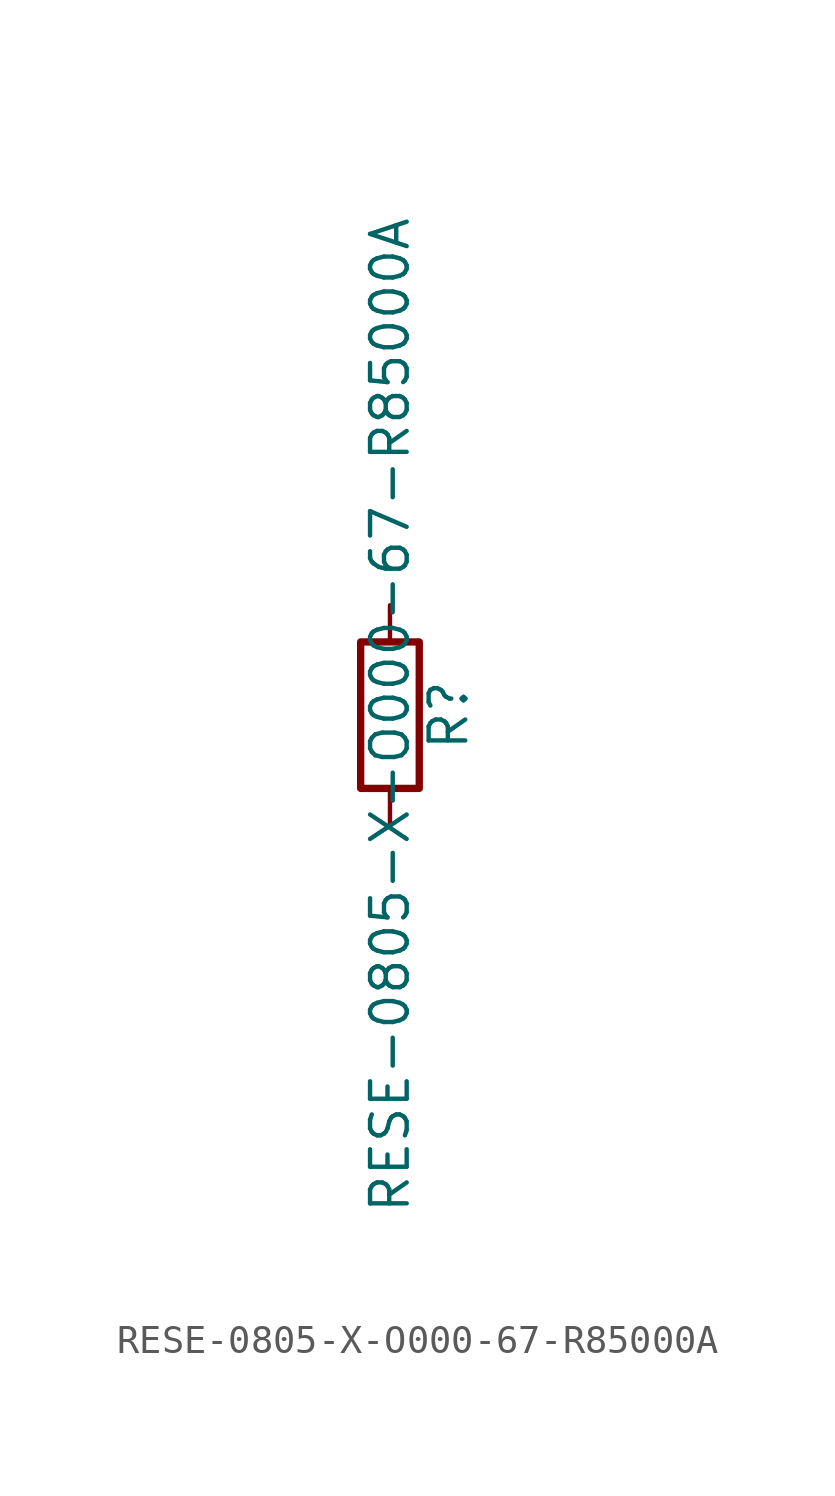
<source format=kicad_sym>
(kicad_symbol_lib
  (version 20211014)
  (generator kicad_symbol_editor)
  (symbol "RESE-0805-X-O000-67-R85000A"
    (pin_numbers hide)
    (pin_names
      (offset 0))
    (property "Reference" "R"
      (at 2.032 0 90)
      (effects (font (size 1.27 1.27))))
    (property "Value" "RESE-0805-X-O000-67-R85000A"
      (at 0 0 90)
      (effects (font (size 1.27 1.27))))
    (symbol "RESE-0805-X-O000-67-R85000A_0_1"
      (rectangle (start -1.016 -2.54) (end 1.016 2.54) (stroke (width 0.254) (type default) (color 0 0 0 0)) (fill (type none))))
    (symbol "RESE-0805-X-O000-67-R85000A_1_1"
      (pin passive line (at 0 3.81 270) (length 1.27) (name "~" (effects (font (size 1.27 1.27)))) (number "1" (effects (font (size 1.27 1.27)))))
      (pin passive line (at 0 -3.81 90) (length 1.27) (name "~" (effects (font (size 1.27 1.27)))) (number "2" (effects (font (size 1.27 1.27))))))))
</source>
